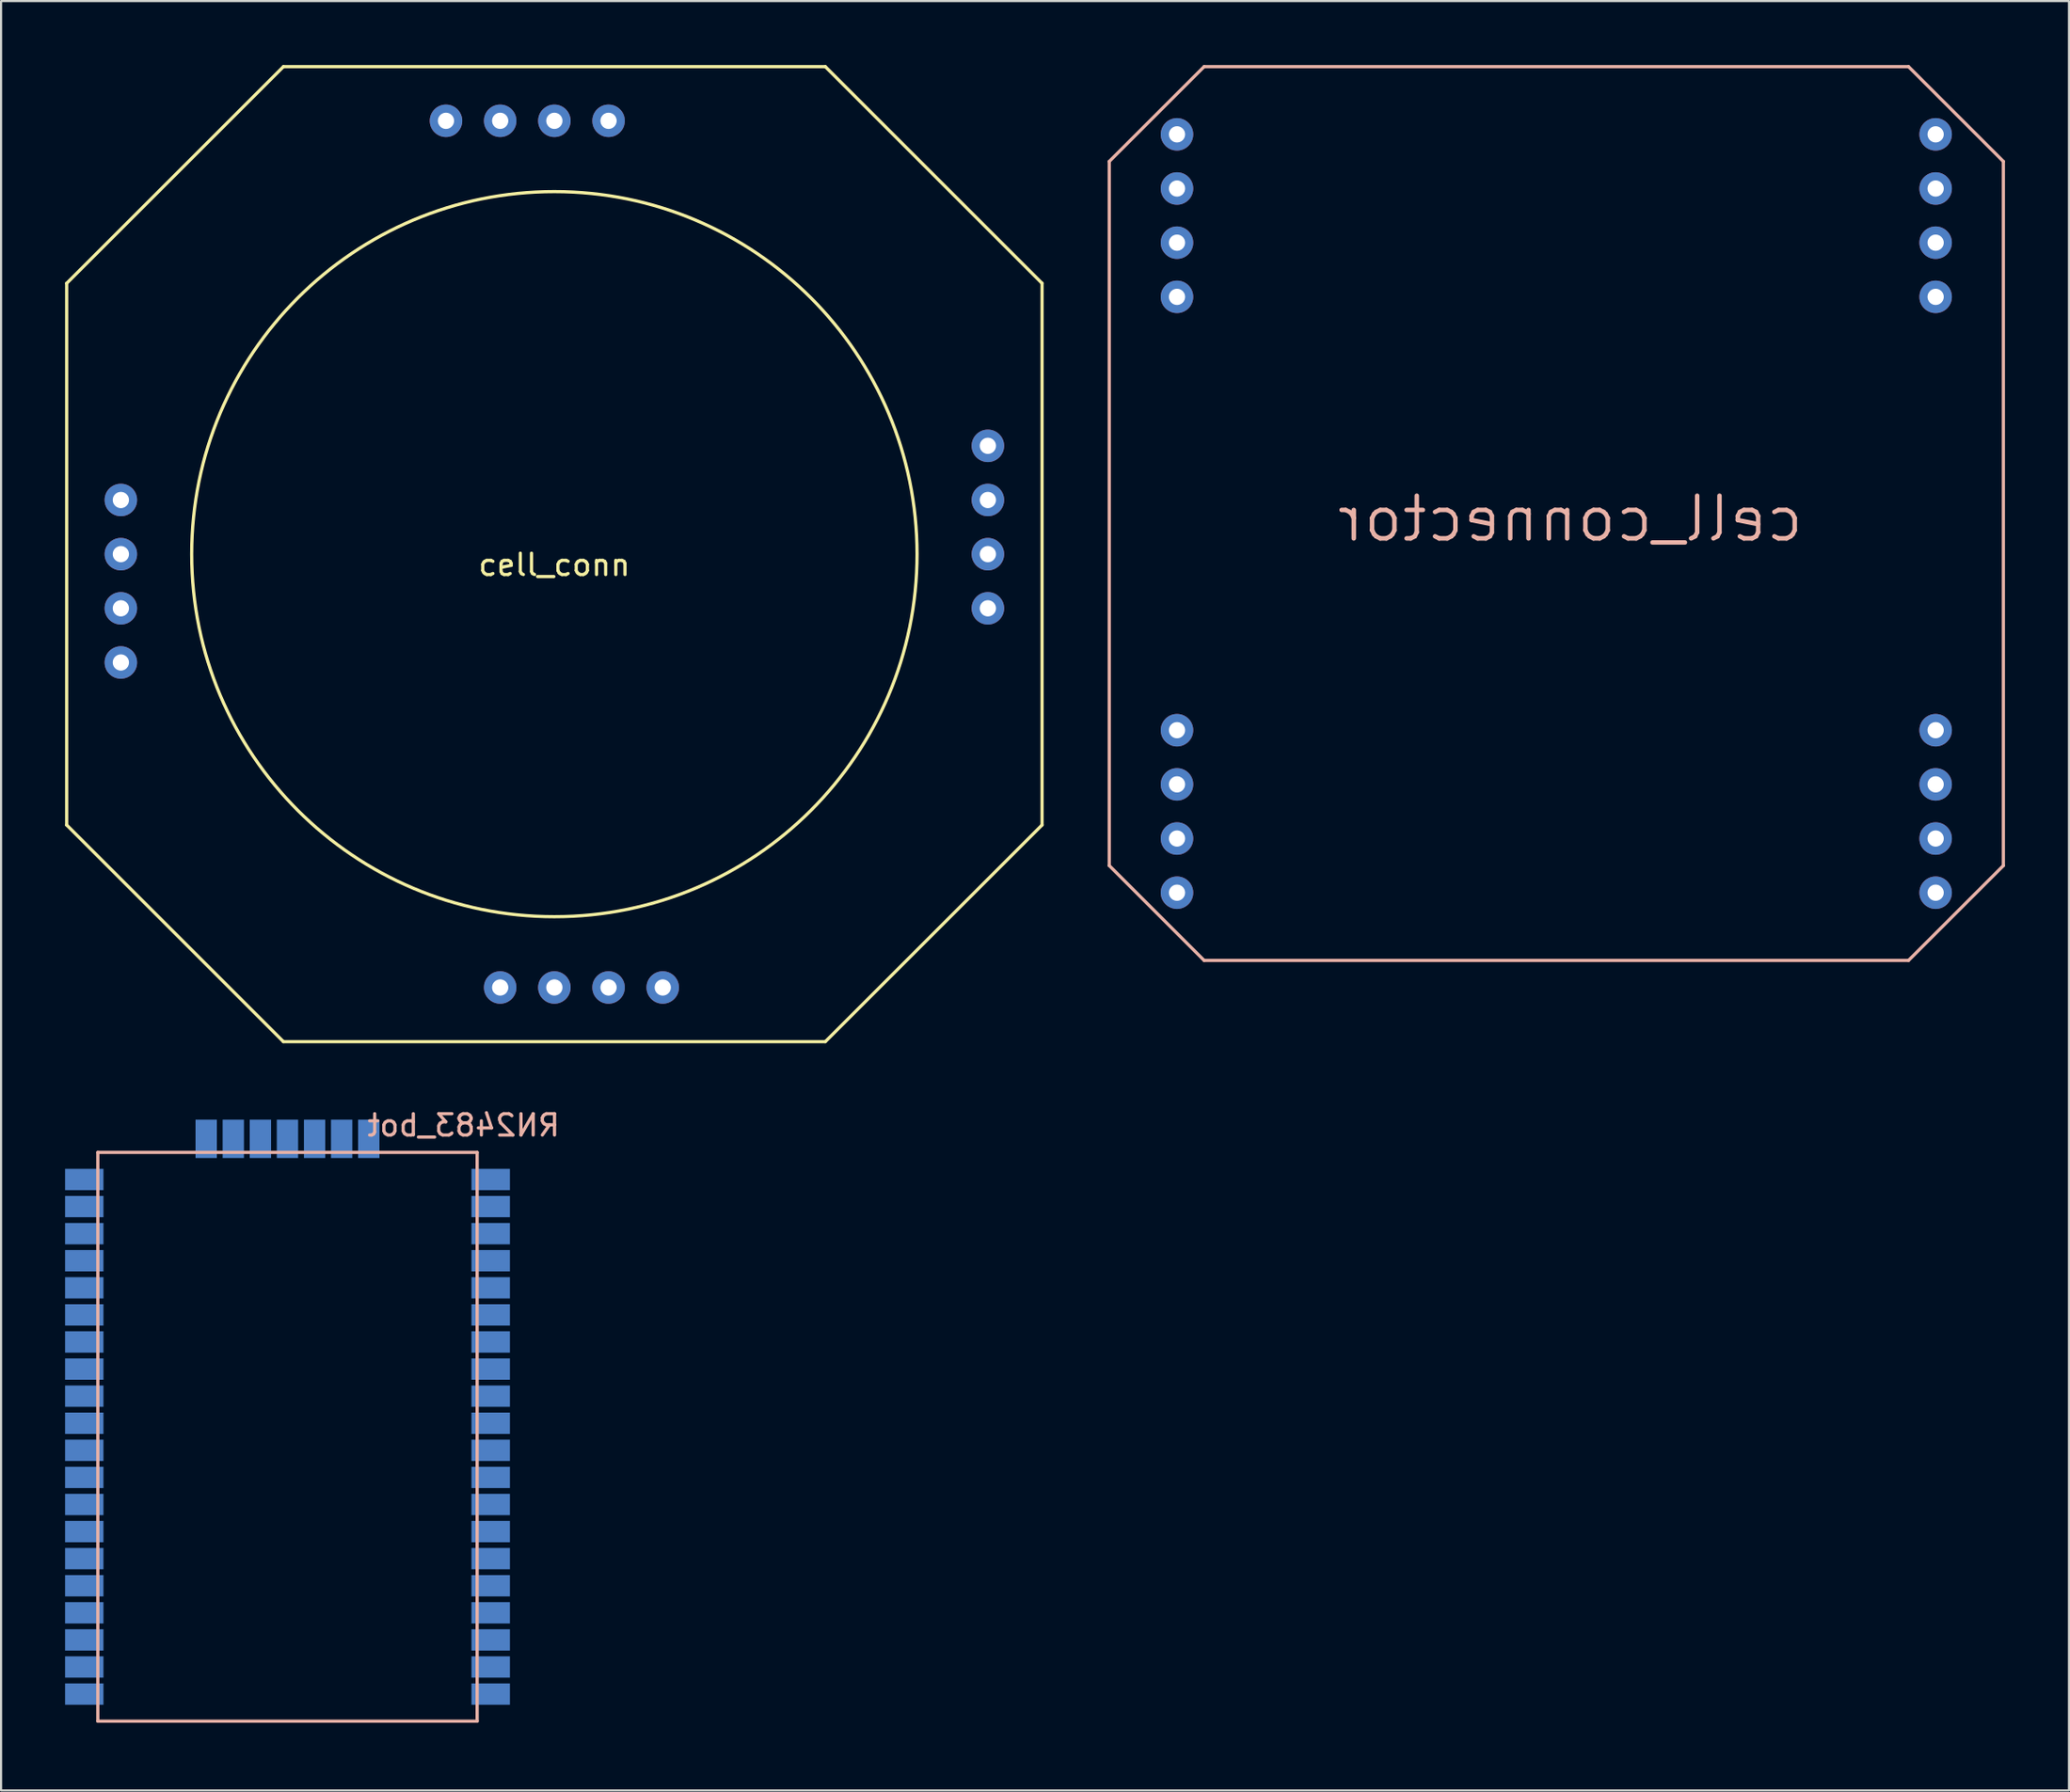
<source format=kicad_pcb>
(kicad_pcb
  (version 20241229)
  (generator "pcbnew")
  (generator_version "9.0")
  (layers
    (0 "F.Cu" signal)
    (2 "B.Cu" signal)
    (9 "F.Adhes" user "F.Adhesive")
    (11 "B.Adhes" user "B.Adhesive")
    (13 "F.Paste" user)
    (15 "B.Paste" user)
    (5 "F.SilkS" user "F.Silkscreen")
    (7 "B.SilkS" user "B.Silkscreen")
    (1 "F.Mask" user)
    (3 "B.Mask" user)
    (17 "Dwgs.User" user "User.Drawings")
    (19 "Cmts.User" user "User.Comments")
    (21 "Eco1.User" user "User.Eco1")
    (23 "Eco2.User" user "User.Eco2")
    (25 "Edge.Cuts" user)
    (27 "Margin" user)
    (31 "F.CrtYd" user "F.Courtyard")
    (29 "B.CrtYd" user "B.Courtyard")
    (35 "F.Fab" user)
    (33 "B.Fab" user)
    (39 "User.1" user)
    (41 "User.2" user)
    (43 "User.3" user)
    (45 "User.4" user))
  (footprint "cell_connector"
    (layer "F.Cu")
    (at 69.9 21.03)
    (property "Reference" "cell_connector" (at 0.65 0.25 0) (layer "B.SilkS") (effects (font (size 2 2) (thickness 0.21)) (justify mirror)))
    (attr through_hole)
    (fp_line (start -20.955 -16.51) (end -16.51 -20.955) (stroke (width 0.15) (type solid)) (layer "B.SilkS"))
    (fp_line (start -20.955 16.51) (end -20.955 -16.51) (stroke (width 0.15) (type solid)) (layer "B.SilkS"))
    (fp_line (start -16.51 -20.955) (end 16.51 -20.955) (stroke (width 0.15) (type solid)) (layer "B.SilkS"))
    (fp_line (start -16.51 20.955) (end -20.955 16.51) (stroke (width 0.15) (type solid)) (layer "B.SilkS"))
    (fp_line (start 16.51 -20.955) (end 20.955 -16.51) (stroke (width 0.15) (type solid)) (layer "B.SilkS"))
    (fp_line (start 16.51 20.955) (end -16.51 20.955) (stroke (width 0.15) (type solid)) (layer "B.SilkS"))
    (fp_line (start 20.955 -16.51) (end 20.955 16.51) (stroke (width 0.15) (type solid)) (layer "B.SilkS"))
    (fp_line (start 20.955 16.51) (end 16.51 20.955) (stroke (width 0.15) (type solid)) (layer "B.SilkS"))
    (pad "1" thru_hole circle (at -17.78 -17.78) (size 1.524 1.524) (drill 0.762) (layers "*.Cu" "*.Mask"))
    (pad "2" thru_hole circle (at -17.78 -15.24) (size 1.524 1.524) (drill 0.762) (layers "*.Cu" "*.Mask"))
    (pad "3" thru_hole circle (at -17.78 -12.7) (size 1.524 1.524) (drill 0.762) (layers "*.Cu" "*.Mask"))
    (pad "4" thru_hole circle (at -17.78 -10.16) (size 1.524 1.524) (drill 0.762) (layers "*.Cu" "*.Mask"))
    (pad "5" thru_hole circle (at -17.78 10.16) (size 1.524 1.524) (drill 0.762) (layers "*.Cu" "*.Mask"))
    (pad "6" thru_hole circle (at -17.78 12.7) (size 1.524 1.524) (drill 0.762) (layers "*.Cu" "*.Mask"))
    (pad "7" thru_hole circle (at -17.78 15.24) (size 1.524 1.524) (drill 0.762) (layers "*.Cu" "*.Mask"))
    (pad "8" thru_hole circle (at -17.78 17.78) (size 1.524 1.524) (drill 0.762) (layers "*.Cu" "*.Mask"))
    (pad "9" thru_hole circle (at 17.78 17.78) (size 1.524 1.524) (drill 0.762) (layers "*.Cu" "*.Mask"))
    (pad "10" thru_hole circle (at 17.78 15.24) (size 1.524 1.524) (drill 0.762) (layers "*.Cu" "*.Mask"))
    (pad "11" thru_hole circle (at 17.78 12.7) (size 1.524 1.524) (drill 0.762) (layers "*.Cu" "*.Mask"))
    (pad "12" thru_hole circle (at 17.78 10.16) (size 1.524 1.524) (drill 0.762) (layers "*.Cu" "*.Mask"))
    (pad "13" thru_hole circle (at 17.78 -10.16) (size 1.524 1.524) (drill 0.762) (layers "*.Cu" "*.Mask"))
    (pad "14" thru_hole circle (at 17.78 -12.7) (size 1.524 1.524) (drill 0.762) (layers "*.Cu" "*.Mask"))
    (pad "15" thru_hole circle (at 17.78 -15.24) (size 1.524 1.524) (drill 0.762) (layers "*.Cu" "*.Mask"))
    (pad "16" thru_hole circle (at 17.78 -17.78) (size 1.524 1.524) (drill 0.762) (layers "*.Cu" "*.Mask")))
  (footprint "RN2483_bot"
    (layer "F.Cu")
    (at 1.535 77.658)
    (property "Reference" "RN2483_bot" (at 17.145 -27.94 0) (layer "B.SilkS") (effects (font (size 1 1) (thickness 0.15)) (justify mirror)))
    (attr through_hole)
    (fp_line (start 0 -26.67) (end 0 0) (stroke (width 0.15) (type solid)) (layer "B.SilkS"))
    (fp_line (start 0 0) (end 17.78 0) (stroke (width 0.15) (type solid)) (layer "B.SilkS"))
    (fp_line (start 17.78 -26.67) (end 0 -26.67) (stroke (width 0.15) (type solid)) (layer "B.SilkS"))
    (fp_line (start 17.78 0) (end 17.78 -26.67) (stroke (width 0.15) (type solid)) (layer "B.SilkS"))
    (pad "1" smd rect (at -0.635 -1.27) (size 1.8 1) (layers "B.Cu" "B.Mask" "B.Paste"))
    (pad "2" smd rect (at -0.635 -2.54) (size 1.8 1) (layers "B.Cu" "B.Mask" "B.Paste"))
    (pad "3" smd rect (at -0.635 -3.81) (size 1.8 1) (layers "B.Cu" "B.Mask" "B.Paste"))
    (pad "4" smd rect (at -0.635 -5.08) (size 1.8 1) (layers "B.Cu" "B.Mask" "B.Paste"))
    (pad "5" smd rect (at -0.635 -6.35) (size 1.8 1) (layers "B.Cu" "B.Mask" "B.Paste"))
    (pad "6" smd rect (at -0.635 -7.62) (size 1.8 1) (layers "B.Cu" "B.Mask" "B.Paste"))
    (pad "7" smd rect (at -0.635 -8.89) (size 1.8 1) (layers "B.Cu" "B.Mask" "B.Paste"))
    (pad "8" smd rect (at -0.635 -10.16) (size 1.8 1) (layers "B.Cu" "B.Mask" "B.Paste"))
    (pad "9" smd rect (at -0.635 -11.43) (size 1.8 1) (layers "B.Cu" "B.Mask" "B.Paste"))
    (pad "10" smd rect (at -0.635 -12.7) (size 1.8 1) (layers "B.Cu" "B.Mask" "B.Paste"))
    (pad "11" smd rect (at -0.635 -13.97) (size 1.8 1) (layers "B.Cu" "B.Mask" "B.Paste"))
    (pad "12" smd rect (at -0.635 -15.24) (size 1.8 1) (layers "B.Cu" "B.Mask" "B.Paste"))
    (pad "13" smd rect (at -0.635 -16.51) (size 1.8 1) (layers "B.Cu" "B.Mask" "B.Paste"))
    (pad "14" smd rect (at -0.635 -17.78) (size 1.8 1) (layers "B.Cu" "B.Mask" "B.Paste"))
    (pad "15" smd rect (at -0.635 -19.05) (size 1.8 1) (layers "B.Cu" "B.Mask" "B.Paste"))
    (pad "16" smd rect (at -0.635 -20.32) (size 1.8 1) (layers "B.Cu" "B.Mask" "B.Paste"))
    (pad "17" smd rect (at -0.635 -21.59) (size 1.8 1) (layers "B.Cu" "B.Mask" "B.Paste"))
    (pad "18" smd rect (at -0.635 -22.86) (size 1.8 1) (layers "B.Cu" "B.Mask" "B.Paste"))
    (pad "19" smd rect (at -0.635 -24.13) (size 1.8 1) (layers "B.Cu" "B.Mask" "B.Paste"))
    (pad "20" smd rect (at -0.635 -25.4) (size 1.8 1) (layers "B.Cu" "B.Mask" "B.Paste"))
    (pad "21" smd rect (at 5.08 -27.305) (size 1 1.8) (layers "B.Cu" "B.Mask" "B.Paste"))
    (pad "22" smd rect (at 6.35 -27.305) (size 1 1.8) (layers "B.Cu" "B.Mask" "B.Paste"))
    (pad "23" smd rect (at 7.62 -27.305) (size 1 1.8) (layers "B.Cu" "B.Mask" "B.Paste"))
    (pad "24" smd rect (at 8.89 -27.305) (size 1 1.8) (layers "B.Cu" "B.Mask" "B.Paste"))
    (pad "25" smd rect (at 10.16 -27.305) (size 1 1.8) (layers "B.Cu" "B.Mask" "B.Paste"))
    (pad "26" smd rect (at 11.43 -27.305) (size 1 1.8) (layers "B.Cu" "B.Mask" "B.Paste"))
    (pad "27" smd rect (at 12.7 -27.305) (size 1 1.8) (layers "B.Cu" "B.Mask" "B.Paste"))
    (pad "28" smd rect (at 18.415 -25.4) (size 1.8 1) (layers "B.Cu" "B.Mask" "B.Paste"))
    (pad "29" smd rect (at 18.415 -24.13) (size 1.8 1) (layers "B.Cu" "B.Mask" "B.Paste"))
    (pad "30" smd rect (at 18.415 -22.86) (size 1.8 1) (layers "B.Cu" "B.Mask" "B.Paste"))
    (pad "31" smd rect (at 18.415 -21.59) (size 1.8 1) (layers "B.Cu" "B.Mask" "B.Paste"))
    (pad "32" smd rect (at 18.415 -20.32) (size 1.8 1) (layers "B.Cu" "B.Mask" "B.Paste"))
    (pad "33" smd rect (at 18.415 -19.05) (size 1.8 1) (layers "B.Cu" "B.Mask" "B.Paste"))
    (pad "34" smd rect (at 18.415 -17.78) (size 1.8 1) (layers "B.Cu" "B.Mask" "B.Paste"))
    (pad "35" smd rect (at 18.415 -16.51) (size 1.8 1) (layers "B.Cu" "B.Mask" "B.Paste"))
    (pad "36" smd rect (at 18.415 -15.24) (size 1.8 1) (layers "B.Cu" "B.Mask" "B.Paste"))
    (pad "37" smd rect (at 18.415 -13.97) (size 1.8 1) (layers "B.Cu" "B.Mask" "B.Paste"))
    (pad "38" smd rect (at 18.415 -12.7) (size 1.8 1) (layers "B.Cu" "B.Mask" "B.Paste"))
    (pad "39" smd rect (at 18.415 -11.43) (size 1.8 1) (layers "B.Cu" "B.Mask" "B.Paste"))
    (pad "40" smd rect (at 18.415 -10.16) (size 1.8 1) (layers "B.Cu" "B.Mask" "B.Paste"))
    (pad "41" smd rect (at 18.415 -8.89) (size 1.8 1) (layers "B.Cu" "B.Mask" "B.Paste"))
    (pad "42" smd rect (at 18.415 -7.62) (size 1.8 1) (layers "B.Cu" "B.Mask" "B.Paste"))
    (pad "43" smd rect (at 18.415 -6.35) (size 1.8 1) (layers "B.Cu" "B.Mask" "B.Paste"))
    (pad "44" smd rect (at 18.415 -5.08) (size 1.8 1) (layers "B.Cu" "B.Mask" "B.Paste"))
    (pad "45" smd rect (at 18.415 -3.81) (size 1.8 1) (layers "B.Cu" "B.Mask" "B.Paste"))
    (pad "46" smd rect (at 18.415 -2.54) (size 1.8 1) (layers "B.Cu" "B.Mask" "B.Paste"))
    (pad "47" smd rect (at 18.415 -1.27) (size 1.8 1) (layers "B.Cu" "B.Mask" "B.Paste")))
  (footprint "cell_conn"
    (layer "F.Cu")
    (at 22.935 22.935)
    (property "Reference" "cell_conn" (at 0 0.5 0) (layer "F.SilkS") (effects (font (size 1 1) (thickness 0.15))))
    (attr through_hole)
    (fp_line (start -22.86 -12.7) (end -22.86 12.7) (stroke (width 0.15) (type solid)) (layer "F.SilkS"))
    (fp_line (start -22.86 -12.7) (end -12.7 -22.86) (stroke (width 0.15) (type solid)) (layer "F.SilkS"))
    (fp_line (start -12.7 -22.86) (end 12.7 -22.86) (stroke (width 0.15) (type solid)) (layer "F.SilkS"))
    (fp_line (start -12.7 22.86) (end -22.86 12.7) (stroke (width 0.15) (type solid)) (layer "F.SilkS"))
    (fp_line (start -12.7 22.86) (end 12.7 22.86) (stroke (width 0.15) (type solid)) (layer "F.SilkS"))
    (fp_line (start 12.7 -22.86) (end 22.86 -12.7) (stroke (width 0.15) (type solid)) (layer "F.SilkS"))
    (fp_line (start 22.86 12.7) (end 12.7 22.86) (stroke (width 0.15) (type solid)) (layer "F.SilkS"))
    (fp_line (start 22.86 12.7) (end 22.86 -12.7) (stroke (width 0.15) (type solid)) (layer "F.SilkS"))
    (fp_circle (center 0 0) (end 17 0) (stroke (width 0.15) (type solid)) (fill no) (layer "F.SilkS"))
    (pad "1" thru_hole circle (at -20.32 5.08) (size 1.524 1.524) (drill 0.762) (layers "*.Cu" "*.Mask"))
    (pad "2" thru_hole circle (at -20.32 2.54) (size 1.524 1.524) (drill 0.762) (layers "*.Cu" "*.Mask"))
    (pad "3" thru_hole circle (at -20.32 0) (size 1.524 1.524) (drill 0.762) (layers "*.Cu" "*.Mask"))
    (pad "4" thru_hole circle (at -20.32 -2.54) (size 1.524 1.524) (drill 0.762) (layers "*.Cu" "*.Mask"))
    (pad "5" thru_hole circle (at -5.08 -20.32) (size 1.524 1.524) (drill 0.762) (layers "*.Cu" "*.Mask"))
    (pad "6" thru_hole circle (at -2.54 -20.32) (size 1.524 1.524) (drill 0.762) (layers "*.Cu" "*.Mask"))
    (pad "7" thru_hole circle (at 0 -20.32) (size 1.524 1.524) (drill 0.762) (layers "*.Cu" "*.Mask"))
    (pad "8" thru_hole circle (at 2.54 -20.32) (size 1.524 1.524) (drill 0.762) (layers "*.Cu" "*.Mask"))
    (pad "9" thru_hole circle (at 20.32 -5.08) (size 1.524 1.524) (drill 0.762) (layers "*.Cu" "*.Mask"))
    (pad "10" thru_hole circle (at 20.32 -2.54) (size 1.524 1.524) (drill 0.762) (layers "*.Cu" "*.Mask"))
    (pad "11" thru_hole circle (at 20.32 0) (size 1.524 1.524) (drill 0.762) (layers "*.Cu" "*.Mask"))
    (pad "12" thru_hole circle (at 20.32 2.54) (size 1.524 1.524) (drill 0.762) (layers "*.Cu" "*.Mask"))
    (pad "13" thru_hole circle (at 5.08 20.32) (size 1.524 1.524) (drill 0.762) (layers "*.Cu" "*.Mask"))
    (pad "14" thru_hole circle (at 2.54 20.32) (size 1.524 1.524) (drill 0.762) (layers "*.Cu" "*.Mask"))
    (pad "15" thru_hole circle (at 0 20.32) (size 1.524 1.524) (drill 0.762) (layers "*.Cu" "*.Mask"))
    (pad "16" thru_hole circle (at -2.54 20.32) (size 1.524 1.524) (drill 0.762) (layers "*.Cu" "*.Mask")))
  (gr_rect
    (start -3 -3)
    (end 93.93 80.908)
    (stroke (width 0.1) (type default))
    (fill no)
    (layer "Edge.Cuts")))
</source>
